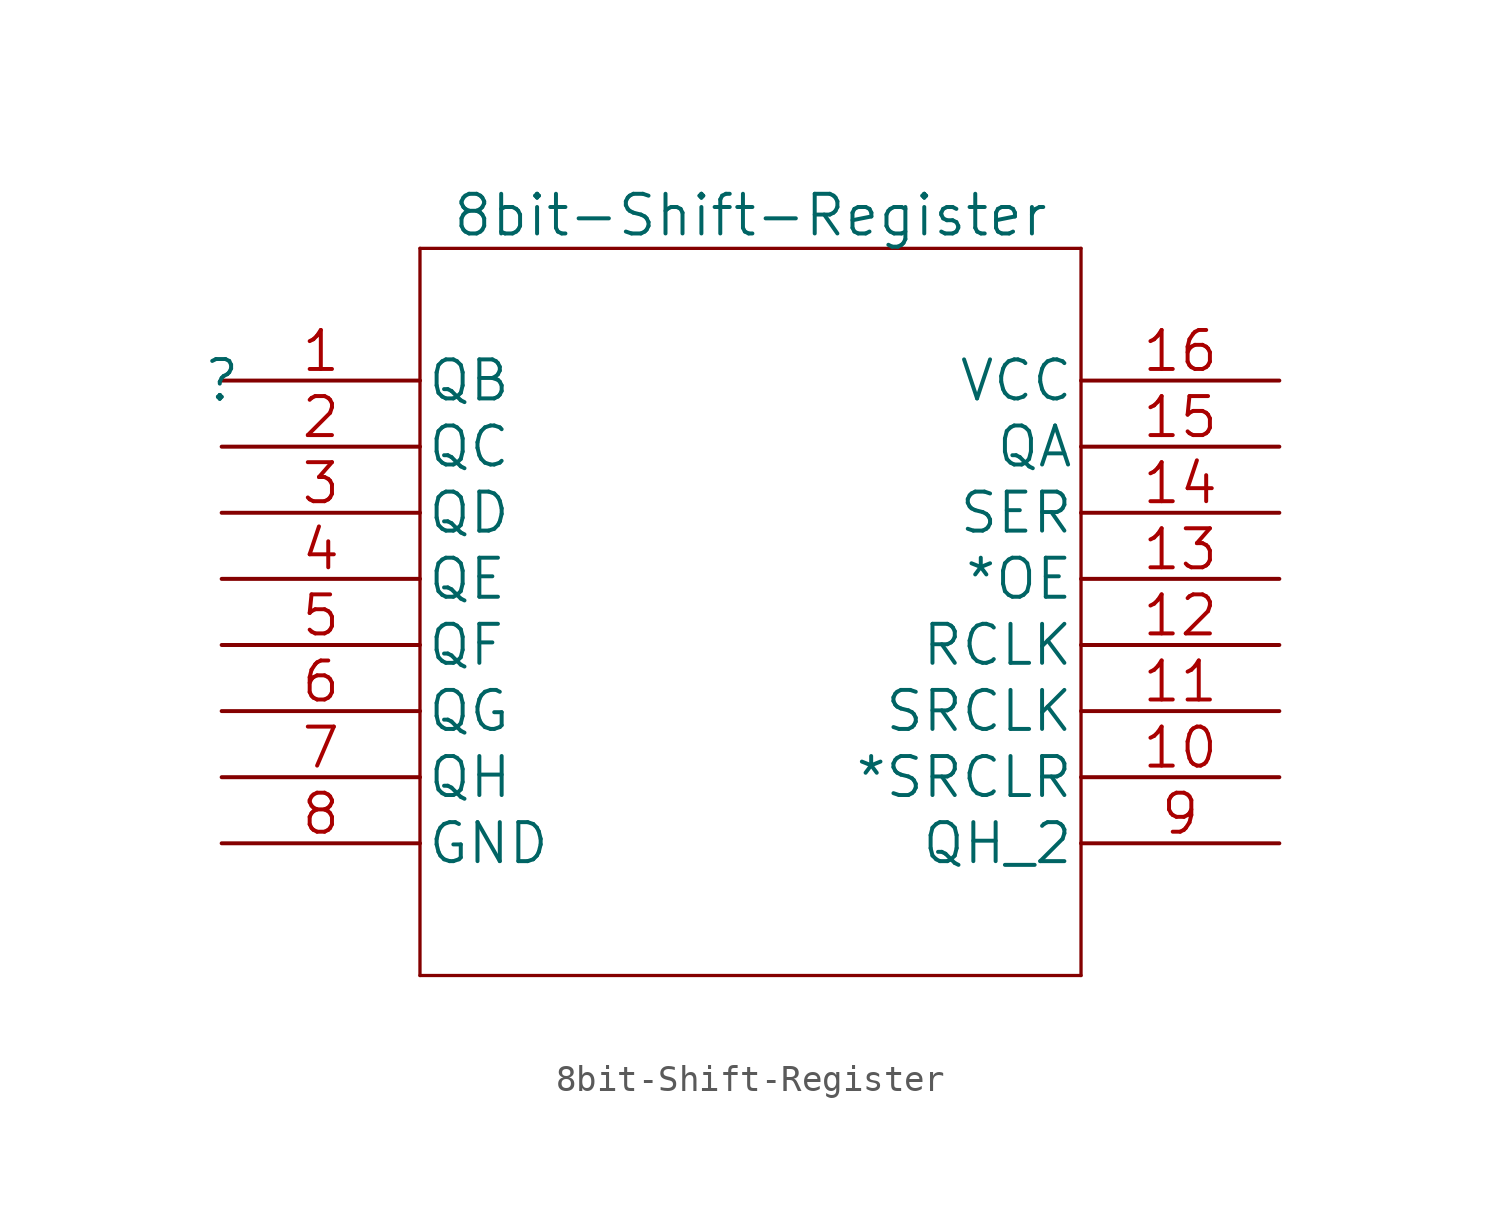
<source format=kicad_sym>
(kicad_symbol_lib
  (version 20220914)
  (generator kicad_symbol_editor)
  (symbol "8bit-Shift-Register"
    (pin_names
      (offset 0.254))
    (property "Reference" ""
      (at 0 0 0)
      (effects (font (size 1.524 1.524))))
    (property "Value" "8bit-Shift-Register"
      (at 20.32 6.35 0)
      (effects (font (size 1.524 1.524))))
    (property "Datasheet" ""
      (at 0 0 0)
      (effects (font (size 1.524 1.524))))
    (symbol "8bit-Shift-Register_1_1"
      (polyline (pts (xy 7.62 -22.86) (xy 33.02 -22.86)) (stroke (width 0.127) (type solid)) (fill (type none)))
      (polyline (pts (xy 7.62 5.08) (xy 7.62 -22.86)) (stroke (width 0.127) (type solid)) (fill (type none)))
      (polyline (pts (xy 33.02 -22.86) (xy 33.02 5.08)) (stroke (width 0.127) (type solid)) (fill (type none)))
      (polyline (pts (xy 33.02 5.08) (xy 7.62 5.08)) (stroke (width 0.127) (type solid)) (fill (type none)))
      (pin output line (at 0 0 0) (length 7.62) (name "QB" (effects (font (size 1.499 1.499)))) (number "1" (effects (font (size 1.499 1.499)))))
      (pin input line (at 40.64 -15.24 180) (length 7.62) (name "*SRCLR" (effects (font (size 1.499 1.499)))) (number "10" (effects (font (size 1.499 1.499)))))
      (pin input line (at 40.64 -12.7 180) (length 7.62) (name "SRCLK" (effects (font (size 1.499 1.499)))) (number "11" (effects (font (size 1.499 1.499)))))
      (pin input line (at 40.64 -10.16 180) (length 7.62) (name "RCLK" (effects (font (size 1.499 1.499)))) (number "12" (effects (font (size 1.499 1.499)))))
      (pin input line (at 40.64 -7.62 180) (length 7.62) (name "*OE" (effects (font (size 1.499 1.499)))) (number "13" (effects (font (size 1.499 1.499)))))
      (pin input line (at 40.64 -5.08 180) (length 7.62) (name "SER" (effects (font (size 1.499 1.499)))) (number "14" (effects (font (size 1.499 1.499)))))
      (pin output line (at 40.64 -2.54 180) (length 7.62) (name "QA" (effects (font (size 1.499 1.499)))) (number "15" (effects (font (size 1.499 1.499)))))
      (pin power_in line (at 40.64 0 180) (length 7.62) (name "VCC" (effects (font (size 1.499 1.499)))) (number "16" (effects (font (size 1.499 1.499)))))
      (pin output line (at 0 -2.54 0) (length 7.62) (name "QC" (effects (font (size 1.499 1.499)))) (number "2" (effects (font (size 1.499 1.499)))))
      (pin output line (at 0 -5.08 0) (length 7.62) (name "QD" (effects (font (size 1.499 1.499)))) (number "3" (effects (font (size 1.499 1.499)))))
      (pin output line (at 0 -7.62 0) (length 7.62) (name "QE" (effects (font (size 1.499 1.499)))) (number "4" (effects (font (size 1.499 1.499)))))
      (pin output line (at 0 -10.16 0) (length 7.62) (name "QF" (effects (font (size 1.499 1.499)))) (number "5" (effects (font (size 1.499 1.499)))))
      (pin output line (at 0 -12.7 0) (length 7.62) (name "QG" (effects (font (size 1.499 1.499)))) (number "6" (effects (font (size 1.499 1.499)))))
      (pin output line (at 0 -15.24 0) (length 7.62) (name "QH" (effects (font (size 1.499 1.499)))) (number "7" (effects (font (size 1.499 1.499)))))
      (pin power_in line (at 0 -17.78 0) (length 7.62) (name "GND" (effects (font (size 1.499 1.499)))) (number "8" (effects (font (size 1.499 1.499)))))
      (pin output line (at 40.64 -17.78 180) (length 7.62) (name "QH_2" (effects (font (size 1.499 1.499)))) (number "9" (effects (font (size 1.499 1.499))))))))
</source>
